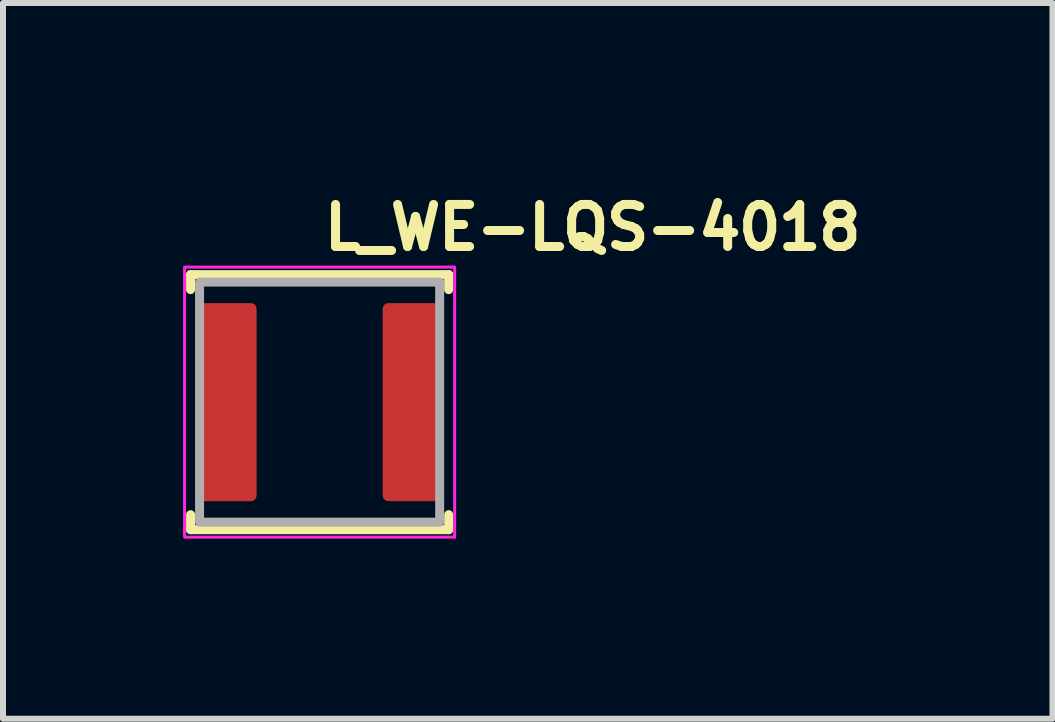
<source format=kicad_pcb>
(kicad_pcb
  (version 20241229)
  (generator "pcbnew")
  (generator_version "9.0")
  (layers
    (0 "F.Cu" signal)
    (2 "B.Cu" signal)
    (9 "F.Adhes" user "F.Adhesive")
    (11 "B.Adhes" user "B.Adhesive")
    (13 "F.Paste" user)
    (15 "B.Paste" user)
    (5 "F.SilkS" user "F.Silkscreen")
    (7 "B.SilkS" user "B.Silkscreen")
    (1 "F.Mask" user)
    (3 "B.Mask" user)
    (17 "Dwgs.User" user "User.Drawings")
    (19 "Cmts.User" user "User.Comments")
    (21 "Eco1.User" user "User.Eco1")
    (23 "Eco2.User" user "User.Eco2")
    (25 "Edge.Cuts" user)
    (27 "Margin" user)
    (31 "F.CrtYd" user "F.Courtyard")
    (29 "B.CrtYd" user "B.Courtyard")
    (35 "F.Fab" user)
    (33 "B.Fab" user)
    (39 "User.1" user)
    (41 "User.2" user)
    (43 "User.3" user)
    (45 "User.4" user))
  (footprint "L_WE-LQS-4018"
    (layer "F.Cu")
    (at 2.275 3.65)
    (property "Reference" "L_WE-LQS-4018" (at 0 -2.5 0) (layer "F.SilkS") (effects (font (size 0.7 0.7) (thickness 0.15)) (justify left bottom)))
    (attr smd)
    (fp_line (start -2.15 -2.125) (end -2.15 -1.875) (stroke (width 0.15) (type solid)) (layer "F.SilkS"))
    (fp_line (start -2.15 -2.125) (end 2.15 -2.125) (stroke (width 0.15) (type solid)) (layer "F.SilkS"))
    (fp_line (start -2.15 1.875) (end -2.15 2.125) (stroke (width 0.15) (type solid)) (layer "F.SilkS"))
    (fp_line (start 2.15 -2.125) (end 2.15 -1.875) (stroke (width 0.15) (type solid)) (layer "F.SilkS"))
    (fp_line (start 2.15 1.875) (end 2.15 2.125) (stroke (width 0.15) (type solid)) (layer "F.SilkS"))
    (fp_line (start 2.15 2.125) (end -2.15 2.125) (stroke (width 0.15) (type solid)) (layer "F.SilkS"))
    (fp_rect (start -2.25 -2.25) (end 2.25 2.25) (stroke (width 0.05) (type solid)) (fill no) (layer "F.CrtYd"))
    (fp_rect (start -2 -2) (end 2 2) (stroke (width 0.15) (type solid)) (fill no) (layer "F.Fab"))
    (fp_rect (start -2 -2) (end 2 2) (stroke (width 0.1) (type solid)) (fill no) (layer "User.5"))
    (fp_line (start -1.999 -2) (end -1.649 -2) (stroke (width 0.02) (type solid)) (layer "User.9"))
    (fp_line (start -1.999 -1.649) (end -1.999 -2) (stroke (width 0.02) (type solid)) (layer "User.9"))
    (fp_line (start -1.999 -1.649) (end -1.699 -1.649) (stroke (width 0.02) (type solid)) (layer "User.9"))
    (fp_line (start -1.999 1.649) (end -1.999 -1.649) (stroke (width 0.02) (type solid)) (layer "User.9"))
    (fp_line (start -1.999 2) (end -1.999 1.649) (stroke (width 0.02) (type solid)) (layer "User.9"))
    (fp_line (start -1.699 -1.649) (end -1.498 -2) (stroke (width 0.02) (type solid)) (layer "User.9"))
    (fp_line (start -1.699 1.649) (end -1.999 1.649) (stroke (width 0.02) (type solid)) (layer "User.9"))
    (fp_line (start -1.6 -1.95) (end -1.649 -2) (stroke (width 0.02) (type solid)) (layer "User.9"))
    (fp_line (start -1.574 -1.978) (end -1.574 -1.978) (stroke (width 0.02) (type solid)) (layer "User.9"))
    (fp_line (start -1.574 -1.978) (end -1.572 -1.979) (stroke (width 0.02) (type solid)) (layer "User.9"))
    (fp_line (start -1.574 -1.977) (end -1.574 -1.978) (stroke (width 0.02) (type solid)) (layer "User.9"))
    (fp_line (start -1.574 -1.976) (end -1.574 -1.977) (stroke (width 0.02) (type solid)) (layer "User.9"))
    (fp_line (start -1.574 -1.976) (end -1.574 -1.976) (stroke (width 0.02) (type solid)) (layer "User.9"))
    (fp_line (start -1.574 -1.975) (end -1.574 -1.976) (stroke (width 0.02) (type solid)) (layer "User.9"))
    (fp_line (start -1.574 -1.975) (end -1.574 -1.975) (stroke (width 0.02) (type solid)) (layer "User.9"))
    (fp_line (start -1.574 -1.974) (end -1.574 -1.975) (stroke (width 0.02) (type solid)) (layer "User.9"))
    (fp_line (start -1.574 -1.973) (end -1.574 -1.974) (stroke (width 0.02) (type solid)) (layer "User.9"))
    (fp_line (start -1.574 -1.972) (end -1.574 -1.973) (stroke (width 0.02) (type solid)) (layer "User.9"))
    (fp_line (start -1.574 -1.971) (end -1.574 -1.972) (stroke (width 0.02) (type solid)) (layer "User.9"))
    (fp_line (start -1.574 -1.95) (end -1.6 -1.95) (stroke (width 0.02) (type solid)) (layer "User.9"))
    (fp_line (start -1.574 -1.925) (end -1.574 -1.975) (stroke (width 0.02) (type solid)) (layer "User.9"))
    (fp_line (start -1.574 -1.866) (end -1.574 -1.925) (stroke (width 0.02) (type solid)) (layer "User.9"))
    (fp_line (start -1.572 -1.981) (end -1.572 -1.981) (stroke (width 0.02) (type solid)) (layer "User.9"))
    (fp_line (start -1.572 -1.981) (end -1.57 -1.982) (stroke (width 0.02) (type solid)) (layer "User.9"))
    (fp_line (start -1.572 -1.98) (end -1.572 -1.981) (stroke (width 0.02) (type solid)) (layer "User.9"))
    (fp_line (start -1.572 -1.979) (end -1.572 -1.98) (stroke (width 0.02) (type solid)) (layer "User.9"))
    (fp_line (start -1.572 -1.979) (end -1.572 -1.979) (stroke (width 0.02) (type solid)) (layer "User.9"))
    (fp_line (start -1.572 -1.969) (end -1.574 -1.971) (stroke (width 0.02) (type solid)) (layer "User.9"))
    (fp_line (start -1.57 -1.983) (end -1.568 -1.984) (stroke (width 0.02) (type solid)) (layer "User.9"))
    (fp_line (start -1.57 -1.982) (end -1.57 -1.983) (stroke (width 0.02) (type solid)) (layer "User.9"))
    (fp_line (start -1.57 -1.982) (end -1.57 -1.982) (stroke (width 0.02) (type solid)) (layer "User.9"))
    (fp_line (start -1.57 -1.967) (end -1.572 -1.969) (stroke (width 0.02) (type solid)) (layer "User.9"))
    (fp_line (start -1.568 -1.985) (end -1.566 -1.985) (stroke (width 0.02) (type solid)) (layer "User.9"))
    (fp_line (start -1.568 -1.984) (end -1.568 -1.985) (stroke (width 0.02) (type solid)) (layer "User.9"))
    (fp_line (start -1.568 -1.984) (end -1.568 -1.984) (stroke (width 0.02) (type solid)) (layer "User.9"))
    (fp_line (start -1.568 -1.965) (end -1.57 -1.967) (stroke (width 0.02) (type solid)) (layer "User.9"))
    (fp_line (start -1.566 -1.986) (end -1.564 -1.986) (stroke (width 0.02) (type solid)) (layer "User.9"))
    (fp_line (start -1.566 -1.985) (end -1.566 -1.986) (stroke (width 0.02) (type solid)) (layer "User.9"))
    (fp_line (start -1.566 -1.963) (end -1.568 -1.965) (stroke (width 0.02) (type solid)) (layer "User.9"))
    (fp_line (start -1.564 -1.987) (end -1.562 -1.988) (stroke (width 0.02) (type solid)) (layer "User.9"))
    (fp_line (start -1.564 -1.986) (end -1.564 -1.987) (stroke (width 0.02) (type solid)) (layer "User.9"))
    (fp_line (start -1.564 -1.962) (end -1.566 -1.963) (stroke (width 0.02) (type solid)) (layer "User.9"))
    (fp_line (start -1.562 -1.988) (end -1.56 -1.989) (stroke (width 0.02) (type solid)) (layer "User.9"))
    (fp_line (start -1.56 -1.989) (end -1.558 -1.99) (stroke (width 0.02) (type solid)) (layer "User.9"))
    (fp_line (start -1.56 -1.96) (end -1.564 -1.962) (stroke (width 0.02) (type solid)) (layer "User.9"))
    (fp_line (start -1.558 -1.99) (end -1.556 -1.991) (stroke (width 0.02) (type solid)) (layer "User.9"))
    (fp_line (start -1.558 -1.959) (end -1.56 -1.96) (stroke (width 0.02) (type solid)) (layer "User.9"))
    (fp_line (start -1.556 -1.991) (end -1.554 -1.992) (stroke (width 0.02) (type solid)) (layer "User.9"))
    (fp_line (start -1.554 -1.992) (end -1.552 -1.992) (stroke (width 0.02) (type solid)) (layer "User.9"))
    (fp_line (start -1.554 -1.957) (end -1.558 -1.959) (stroke (width 0.02) (type solid)) (layer "User.9"))
    (fp_line (start -1.552 -1.992) (end -1.552 -1.992) (stroke (width 0.02) (type solid)) (layer "User.9"))
    (fp_line (start -1.552 -1.992) (end -1.548 -1.993) (stroke (width 0.02) (type solid)) (layer "User.9"))
    (fp_line (start -1.55 -1.956) (end -1.554 -1.957) (stroke (width 0.02) (type solid)) (layer "User.9"))
    (fp_line (start -1.548 -1.993) (end -1.546 -1.994) (stroke (width 0.02) (type solid)) (layer "User.9"))
    (fp_line (start -1.546 -1.994) (end -1.542 -1.995) (stroke (width 0.02) (type solid)) (layer "User.9"))
    (fp_line (start -1.546 -1.955) (end -1.55 -1.956) (stroke (width 0.02) (type solid)) (layer "User.9"))
    (fp_line (start -1.542 -1.995) (end -1.54 -1.996) (stroke (width 0.02) (type solid)) (layer "User.9"))
    (fp_line (start -1.54 -1.996) (end -1.536 -1.996) (stroke (width 0.02) (type solid)) (layer "User.9"))
    (fp_line (start -1.54 -1.954) (end -1.546 -1.955) (stroke (width 0.02) (type solid)) (layer "User.9"))
    (fp_line (start -1.536 -1.996) (end -1.534 -1.997) (stroke (width 0.02) (type solid)) (layer "User.9"))
    (fp_line (start -1.536 -1.953) (end -1.54 -1.954) (stroke (width 0.02) (type solid)) (layer "User.9"))
    (fp_line (start -1.534 -1.997) (end -1.526 -1.998) (stroke (width 0.02) (type solid)) (layer "User.9"))
    (fp_line (start -1.53 -1.952) (end -1.536 -1.953) (stroke (width 0.02) (type solid)) (layer "User.9"))
    (fp_line (start -1.526 -1.998) (end -1.52 -1.999) (stroke (width 0.02) (type solid)) (layer "User.9"))
    (fp_line (start -1.524 -1.951) (end -1.53 -1.952) (stroke (width 0.02) (type solid)) (layer "User.9"))
    (fp_line (start -1.52 -1.999) (end -1.512 -1.999) (stroke (width 0.02) (type solid)) (layer "User.9"))
    (fp_line (start -1.512 -1.999) (end -1.506 -1.999) (stroke (width 0.02) (type solid)) (layer "User.9"))
    (fp_line (start -1.506 -1.999) (end -1.498 -1.999) (stroke (width 0.02) (type solid)) (layer "User.9"))
    (fp_line (start -1.498 -2) (end 1.496 -2) (stroke (width 0.02) (type solid)) (layer "User.9"))
    (fp_line (start -1.498 2) (end -1.999 2) (stroke (width 0.02) (type solid)) (layer "User.9"))
    (fp_line (start -1.498 2) (end -1.699 1.649) (stroke (width 0.02) (type solid)) (layer "User.9"))
    (fp_line (start 1.496 -2) (end 1.7 -1.649) (stroke (width 0.02) (type solid)) (layer "User.9"))
    (fp_line (start 1.496 2) (end -1.498 2) (stroke (width 0.02) (type solid)) (layer "User.9"))
    (fp_line (start 1.5 -1.994) (end 1.512 -1.994) (stroke (width 0.02) (type solid)) (layer "User.9"))
    (fp_line (start 1.512 -1.994) (end 1.524 -1.993) (stroke (width 0.02) (type solid)) (layer "User.9"))
    (fp_line (start 1.524 -1.993) (end 1.528 -1.992) (stroke (width 0.02) (type solid)) (layer "User.9"))
    (fp_line (start 1.528 -1.992) (end 1.533 -1.992) (stroke (width 0.02) (type solid)) (layer "User.9"))
    (fp_line (start 1.533 -1.992) (end 1.537 -1.991) (stroke (width 0.02) (type solid)) (layer "User.9"))
    (fp_line (start 1.537 -1.991) (end 1.543 -1.991) (stroke (width 0.02) (type solid)) (layer "User.9"))
    (fp_line (start 1.543 -1.991) (end 1.545 -1.99) (stroke (width 0.02) (type solid)) (layer "User.9"))
    (fp_line (start 1.545 -1.99) (end 1.551 -1.989) (stroke (width 0.02) (type solid)) (layer "User.9"))
    (fp_line (start 1.551 -1.989) (end 1.553 -1.988) (stroke (width 0.02) (type solid)) (layer "User.9"))
    (fp_line (start 1.553 -1.988) (end 1.559 -1.987) (stroke (width 0.02) (type solid)) (layer "User.9"))
    (fp_line (start 1.559 -1.987) (end 1.561 -1.985) (stroke (width 0.02) (type solid)) (layer "User.9"))
    (fp_line (start 1.561 -1.985) (end 1.565 -1.984) (stroke (width 0.02) (type solid)) (layer "User.9"))
    (fp_line (start 1.565 -1.984) (end 1.568 -1.983) (stroke (width 0.02) (type solid)) (layer "User.9"))
    (fp_line (start 1.568 -1.983) (end 1.569 -1.981) (stroke (width 0.02) (type solid)) (layer "User.9"))
    (fp_line (start 1.569 -1.981) (end 1.569 -1.981) (stroke (width 0.02) (type solid)) (layer "User.9"))
    (fp_line (start 1.569 -1.981) (end 1.575 -1.975) (stroke (width 0.02) (type solid)) (layer "User.9"))
    (fp_line (start 1.572 -1.98) (end 1.569 -1.981) (stroke (width 0.02) (type solid)) (layer "User.9"))
    (fp_line (start 1.572 -1.98) (end 1.572 -1.98) (stroke (width 0.02) (type solid)) (layer "User.9"))
    (fp_line (start 1.572 -1.979) (end 1.572 -1.98) (stroke (width 0.02) (type solid)) (layer "User.9"))
    (fp_line (start 1.573 -1.979) (end 1.572 -1.979) (stroke (width 0.02) (type solid)) (layer "User.9"))
    (fp_line (start 1.573 -1.979) (end 1.573 -1.979) (stroke (width 0.02) (type solid)) (layer "User.9"))
    (fp_line (start 1.573 -1.978) (end 1.573 -1.979) (stroke (width 0.02) (type solid)) (layer "User.9"))
    (fp_line (start 1.573 -1.978) (end 1.573 -1.978) (stroke (width 0.02) (type solid)) (layer "User.9"))
    (fp_line (start 1.573 -1.977) (end 1.573 -1.978) (stroke (width 0.02) (type solid)) (layer "User.9"))
    (fp_line (start 1.573 -1.977) (end 1.573 -1.977) (stroke (width 0.02) (type solid)) (layer "User.9"))
    (fp_line (start 1.573 -1.976) (end 1.573 -1.977) (stroke (width 0.02) (type solid)) (layer "User.9"))
    (fp_line (start 1.573 -1.976) (end 1.573 -1.976) (stroke (width 0.02) (type solid)) (layer "User.9"))
    (fp_line (start 1.573 -1.976) (end 1.573 -1.976) (stroke (width 0.02) (type solid)) (layer "User.9"))
    (fp_line (start 1.573 -1.975) (end 1.573 -1.976) (stroke (width 0.02) (type solid)) (layer "User.9"))
    (fp_line (start 1.575 -1.975) (end 1.573 -1.975) (stroke (width 0.02) (type solid)) (layer "User.9"))
    (fp_line (start 1.575 -1.975) (end 1.575 -1.975) (stroke (width 0.02) (type solid)) (layer "User.9"))
    (fp_line (start 1.575 -1.975) (end 1.575 -1.975) (stroke (width 0.02) (type solid)) (layer "User.9"))
    (fp_line (start 1.575 -1.975) (end 1.575 -1.975) (stroke (width 0.02) (type solid)) (layer "User.9"))
    (fp_line (start 1.575 -1.925) (end 1.575 -1.975) (stroke (width 0.02) (type solid)) (layer "User.9"))
    (fp_line (start 1.575 -1.866) (end 1.575 -1.925) (stroke (width 0.02) (type solid)) (layer "User.9"))
    (fp_line (start 1.6 -1.95) (end 1.575 -1.95) (stroke (width 0.02) (type solid)) (layer "User.9"))
    (fp_line (start 1.649 -2) (end 1.6 -1.95) (stroke (width 0.02) (type solid)) (layer "User.9"))
    (fp_line (start 1.649 -2) (end 2 -2) (stroke (width 0.02) (type solid)) (layer "User.9"))
    (fp_line (start 1.7 -1.649) (end 2 -1.649) (stroke (width 0.02) (type solid)) (layer "User.9"))
    (fp_line (start 1.7 1.649) (end 1.496 2) (stroke (width 0.02) (type solid)) (layer "User.9"))
    (fp_line (start 2 -2) (end 2 -1.649) (stroke (width 0.02) (type solid)) (layer "User.9"))
    (fp_line (start 2 -1.649) (end 2 1.649) (stroke (width 0.02) (type solid)) (layer "User.9"))
    (fp_line (start 2 1.649) (end 1.7 1.649) (stroke (width 0.02) (type solid)) (layer "User.9"))
    (fp_line (start 2 1.649) (end 2 2) (stroke (width 0.02) (type solid)) (layer "User.9"))
    (fp_line (start 2 2) (end 1.496 2) (stroke (width 0.02) (type solid)) (layer "User.9"))
    (pad "1" smd roundrect (at -1.525 0) (size 0.95 3.3) (layers "F.Cu" "F.Mask" "F.Paste") (roundrect_rratio 0.1))
    (pad "2" smd roundrect (at 1.525 0) (size 0.95 3.3) (layers "F.Cu" "F.Mask" "F.Paste") (roundrect_rratio 0.1)))
  (gr_rect
    (start -3 -3)
    (end 14.485 8.925)
    (stroke (width 0.1) (type default))
    (fill no)
    (layer "Edge.Cuts")))
</source>
